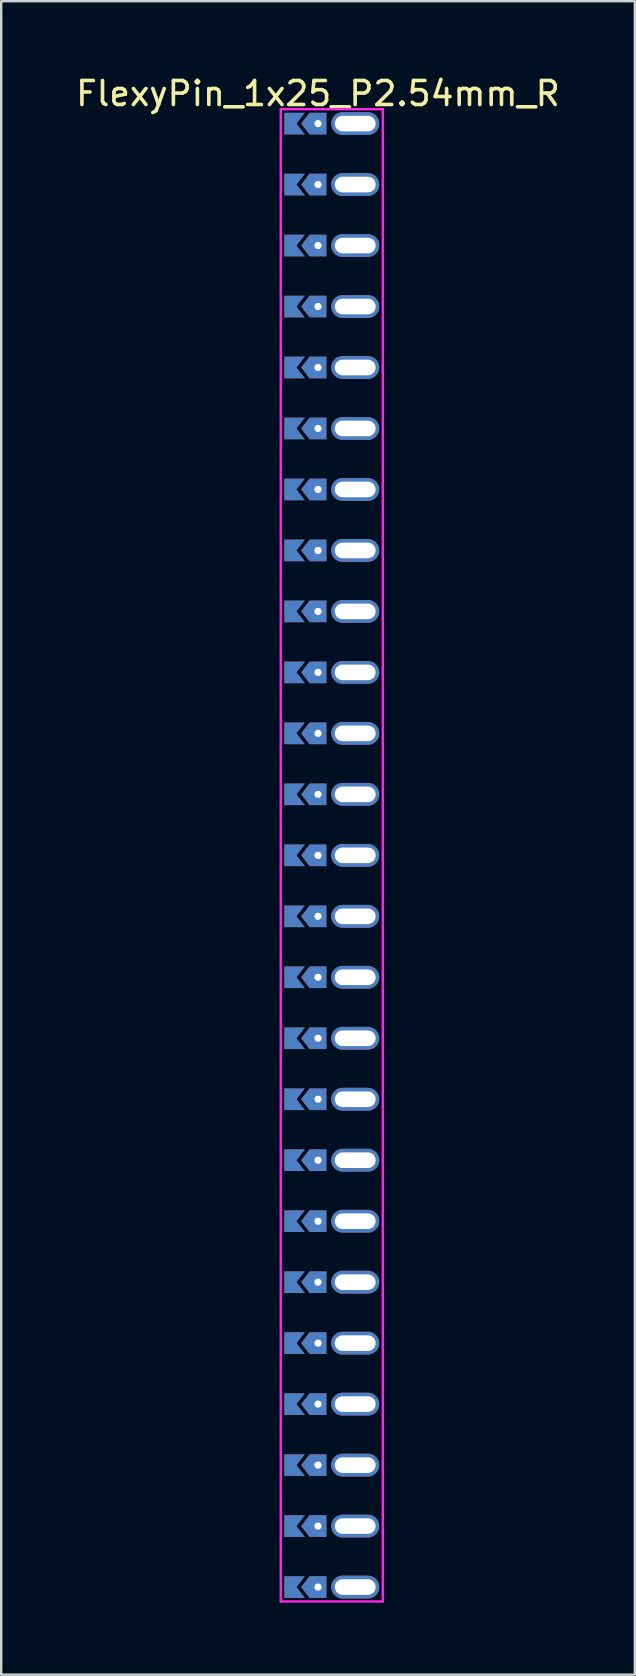
<source format=kicad_pcb>
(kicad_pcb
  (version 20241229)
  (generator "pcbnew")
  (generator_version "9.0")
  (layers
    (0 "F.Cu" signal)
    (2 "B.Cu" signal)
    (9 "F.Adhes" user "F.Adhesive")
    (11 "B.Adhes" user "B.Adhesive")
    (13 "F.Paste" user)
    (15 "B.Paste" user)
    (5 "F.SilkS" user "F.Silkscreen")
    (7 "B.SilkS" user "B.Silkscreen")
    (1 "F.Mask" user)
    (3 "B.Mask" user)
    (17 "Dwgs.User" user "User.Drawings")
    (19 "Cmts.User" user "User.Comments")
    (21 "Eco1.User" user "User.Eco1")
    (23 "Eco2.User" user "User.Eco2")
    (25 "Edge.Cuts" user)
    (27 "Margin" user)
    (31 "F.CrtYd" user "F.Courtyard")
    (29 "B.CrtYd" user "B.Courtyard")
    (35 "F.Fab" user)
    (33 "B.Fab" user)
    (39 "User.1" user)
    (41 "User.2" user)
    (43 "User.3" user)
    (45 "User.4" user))
  (footprint "FlexyPin_1x25_P2.54mm_R"
    (layer "F.Cu")
    (at 10.196 2.098)
    (property "Reference" "FlexyPin_1x25_P2.54mm_R" (at 0 -1.25 0) (layer "F.SilkS") (effects (font (size 1 1) (thickness 0.15))))
    (attr through_hole)
    (fp_line (start -1.55 -0.6) (end 2.7 -0.6) (stroke (width 0.1) (type solid)) (layer "F.CrtYd"))
    (fp_line (start -1.55 61.56) (end -1.55 -0.6) (stroke (width 0.1) (type solid)) (layer "F.CrtYd"))
    (fp_line (start 2.7 -0.6) (end 2.7 61.56) (stroke (width 0.1) (type solid)) (layer "F.CrtYd"))
    (fp_line (start 2.7 61.56) (end -1.55 61.56) (stroke (width 0.1) (type solid)) (layer "F.CrtYd"))
    (pad "" thru_hole custom (at 0 0) (size 0.3 0.3) (drill 0.6) (layers "*.Cu" "*.Mask") (options (anchor rect)) (primitives (gr_poly (pts (xy 0.35 0.45) (xy 0.35 -0.45) (xy -0.35 -0.45) (xy -0.7 0) (xy -0.35 0.45)) (width 0) (fill yes))))
    (pad "" thru_hole custom (at 0 2.54) (size 0.3 0.3) (drill 0.6) (layers "*.Cu" "*.Mask") (options (anchor rect)) (primitives (gr_poly (pts (xy 0.35 0.45) (xy 0.35 -0.45) (xy -0.35 -0.45) (xy -0.7 0) (xy -0.35 0.45)) (width 0) (fill yes))))
    (pad "" thru_hole custom (at 0 5.08) (size 0.3 0.3) (drill 0.6) (layers "*.Cu" "*.Mask") (options (anchor rect)) (primitives (gr_poly (pts (xy 0.35 0.45) (xy 0.35 -0.45) (xy -0.35 -0.45) (xy -0.7 0) (xy -0.35 0.45)) (width 0) (fill yes))))
    (pad "" thru_hole custom (at 0 7.62) (size 0.3 0.3) (drill 0.6) (layers "*.Cu" "*.Mask") (options (anchor rect)) (primitives (gr_poly (pts (xy 0.35 0.45) (xy 0.35 -0.45) (xy -0.35 -0.45) (xy -0.7 0) (xy -0.35 0.45)) (width 0) (fill yes))))
    (pad "" thru_hole custom (at 0 10.16) (size 0.3 0.3) (drill 0.6) (layers "*.Cu" "*.Mask") (options (anchor rect)) (primitives (gr_poly (pts (xy 0.35 0.45) (xy 0.35 -0.45) (xy -0.35 -0.45) (xy -0.7 0) (xy -0.35 0.45)) (width 0) (fill yes))))
    (pad "" thru_hole custom (at 0 12.7) (size 0.3 0.3) (drill 0.6) (layers "*.Cu" "*.Mask") (options (anchor rect)) (primitives (gr_poly (pts (xy 0.35 0.45) (xy 0.35 -0.45) (xy -0.35 -0.45) (xy -0.7 0) (xy -0.35 0.45)) (width 0) (fill yes))))
    (pad "" thru_hole custom (at 0 15.24) (size 0.3 0.3) (drill 0.6) (layers "*.Cu" "*.Mask") (options (anchor rect)) (primitives (gr_poly (pts (xy 0.35 0.45) (xy 0.35 -0.45) (xy -0.35 -0.45) (xy -0.7 0) (xy -0.35 0.45)) (width 0) (fill yes))))
    (pad "" thru_hole custom (at 0 17.78) (size 0.3 0.3) (drill 0.6) (layers "*.Cu" "*.Mask") (options (anchor rect)) (primitives (gr_poly (pts (xy 0.35 0.45) (xy 0.35 -0.45) (xy -0.35 -0.45) (xy -0.7 0) (xy -0.35 0.45)) (width 0) (fill yes))))
    (pad "" thru_hole custom (at 0 20.32) (size 0.3 0.3) (drill 0.6) (layers "*.Cu" "*.Mask") (options (anchor rect)) (primitives (gr_poly (pts (xy 0.35 0.45) (xy 0.35 -0.45) (xy -0.35 -0.45) (xy -0.7 0) (xy -0.35 0.45)) (width 0) (fill yes))))
    (pad "" thru_hole custom (at 0 22.86) (size 0.3 0.3) (drill 0.6) (layers "*.Cu" "*.Mask") (options (anchor rect)) (primitives (gr_poly (pts (xy 0.35 0.45) (xy 0.35 -0.45) (xy -0.35 -0.45) (xy -0.7 0) (xy -0.35 0.45)) (width 0) (fill yes))))
    (pad "" thru_hole custom (at 0 25.4) (size 0.3 0.3) (drill 0.6) (layers "*.Cu" "*.Mask") (options (anchor rect)) (primitives (gr_poly (pts (xy 0.35 0.45) (xy 0.35 -0.45) (xy -0.35 -0.45) (xy -0.7 0) (xy -0.35 0.45)) (width 0) (fill yes))))
    (pad "" thru_hole custom (at 0 27.94) (size 0.3 0.3) (drill 0.6) (layers "*.Cu" "*.Mask") (options (anchor rect)) (primitives (gr_poly (pts (xy 0.35 0.45) (xy 0.35 -0.45) (xy -0.35 -0.45) (xy -0.7 0) (xy -0.35 0.45)) (width 0) (fill yes))))
    (pad "" thru_hole custom (at 0 30.48) (size 0.3 0.3) (drill 0.6) (layers "*.Cu" "*.Mask") (options (anchor rect)) (primitives (gr_poly (pts (xy 0.35 0.45) (xy 0.35 -0.45) (xy -0.35 -0.45) (xy -0.7 0) (xy -0.35 0.45)) (width 0) (fill yes))))
    (pad "" thru_hole custom (at 0 33.02) (size 0.3 0.3) (drill 0.6) (layers "*.Cu" "*.Mask") (options (anchor rect)) (primitives (gr_poly (pts (xy 0.35 0.45) (xy 0.35 -0.45) (xy -0.35 -0.45) (xy -0.7 0) (xy -0.35 0.45)) (width 0) (fill yes))))
    (pad "" thru_hole custom (at 0 35.56) (size 0.3 0.3) (drill 0.6) (layers "*.Cu" "*.Mask") (options (anchor rect)) (primitives (gr_poly (pts (xy 0.35 0.45) (xy 0.35 -0.45) (xy -0.35 -0.45) (xy -0.7 0) (xy -0.35 0.45)) (width 0) (fill yes))))
    (pad "" thru_hole custom (at 0 38.1) (size 0.3 0.3) (drill 0.6) (layers "*.Cu" "*.Mask") (options (anchor rect)) (primitives (gr_poly (pts (xy 0.35 0.45) (xy 0.35 -0.45) (xy -0.35 -0.45) (xy -0.7 0) (xy -0.35 0.45)) (width 0) (fill yes))))
    (pad "" thru_hole custom (at 0 40.64) (size 0.3 0.3) (drill 0.6) (layers "*.Cu" "*.Mask") (options (anchor rect)) (primitives (gr_poly (pts (xy 0.35 0.45) (xy 0.35 -0.45) (xy -0.35 -0.45) (xy -0.7 0) (xy -0.35 0.45)) (width 0) (fill yes))))
    (pad "" thru_hole custom (at 0 43.18) (size 0.3 0.3) (drill 0.6) (layers "*.Cu" "*.Mask") (options (anchor rect)) (primitives (gr_poly (pts (xy 0.35 0.45) (xy 0.35 -0.45) (xy -0.35 -0.45) (xy -0.7 0) (xy -0.35 0.45)) (width 0) (fill yes))))
    (pad "" thru_hole custom (at 0 45.72) (size 0.3 0.3) (drill 0.6) (layers "*.Cu" "*.Mask") (options (anchor rect)) (primitives (gr_poly (pts (xy 0.35 0.45) (xy 0.35 -0.45) (xy -0.35 -0.45) (xy -0.7 0) (xy -0.35 0.45)) (width 0) (fill yes))))
    (pad "" thru_hole custom (at 0 48.26) (size 0.3 0.3) (drill 0.6) (layers "*.Cu" "*.Mask") (options (anchor rect)) (primitives (gr_poly (pts (xy 0.35 0.45) (xy 0.35 -0.45) (xy -0.35 -0.45) (xy -0.7 0) (xy -0.35 0.45)) (width 0) (fill yes))))
    (pad "" thru_hole custom (at 0 50.8) (size 0.3 0.3) (drill 0.6) (layers "*.Cu" "*.Mask") (options (anchor rect)) (primitives (gr_poly (pts (xy 0.35 0.45) (xy 0.35 -0.45) (xy -0.35 -0.45) (xy -0.7 0) (xy -0.35 0.45)) (width 0) (fill yes))))
    (pad "" thru_hole custom (at 0 53.34) (size 0.3 0.3) (drill 0.6) (layers "*.Cu" "*.Mask") (options (anchor rect)) (primitives (gr_poly (pts (xy 0.35 0.45) (xy 0.35 -0.45) (xy -0.35 -0.45) (xy -0.7 0) (xy -0.35 0.45)) (width 0) (fill yes))))
    (pad "" thru_hole custom (at 0 55.88) (size 0.3 0.3) (drill 0.6) (layers "*.Cu" "*.Mask") (options (anchor rect)) (primitives (gr_poly (pts (xy 0.35 0.45) (xy 0.35 -0.45) (xy -0.35 -0.45) (xy -0.7 0) (xy -0.35 0.45)) (width 0) (fill yes))))
    (pad "" thru_hole custom (at 0 58.42) (size 0.3 0.3) (drill 0.6) (layers "*.Cu" "*.Mask") (options (anchor rect)) (primitives (gr_poly (pts (xy 0.35 0.45) (xy 0.35 -0.45) (xy -0.35 -0.45) (xy -0.7 0) (xy -0.35 0.45)) (width 0) (fill yes))))
    (pad "" thru_hole custom (at 0 60.96) (size 0.3 0.3) (drill 0.6) (layers "*.Cu" "*.Mask") (options (anchor rect)) (primitives (gr_poly (pts (xy 0.35 0.45) (xy 0.35 -0.45) (xy -0.35 -0.45) (xy -0.7 0) (xy -0.35 0.45)) (width 0) (fill yes))))
    (pad "" thru_hole oval (at 1.55 0) (size 2 0.95) (drill oval 1.7 0.65) (layers "*.Cu" "*.Mask"))
    (pad "" thru_hole oval (at 1.55 2.54) (size 2 0.95) (drill oval 1.7 0.65) (layers "*.Cu" "*.Mask"))
    (pad "" thru_hole oval (at 1.55 5.08) (size 2 0.95) (drill oval 1.7 0.65) (layers "*.Cu" "*.Mask"))
    (pad "" thru_hole oval (at 1.55 7.62) (size 2 0.95) (drill oval 1.7 0.65) (layers "*.Cu" "*.Mask"))
    (pad "" thru_hole oval (at 1.55 10.16) (size 2 0.95) (drill oval 1.7 0.65) (layers "*.Cu" "*.Mask"))
    (pad "" thru_hole oval (at 1.55 12.7) (size 2 0.95) (drill oval 1.7 0.65) (layers "*.Cu" "*.Mask"))
    (pad "" thru_hole oval (at 1.55 15.24) (size 2 0.95) (drill oval 1.7 0.65) (layers "*.Cu" "*.Mask"))
    (pad "" thru_hole oval (at 1.55 17.78) (size 2 0.95) (drill oval 1.7 0.65) (layers "*.Cu" "*.Mask"))
    (pad "" thru_hole oval (at 1.55 20.32) (size 2 0.95) (drill oval 1.7 0.65) (layers "*.Cu" "*.Mask"))
    (pad "" thru_hole oval (at 1.55 22.86) (size 2 0.95) (drill oval 1.7 0.65) (layers "*.Cu" "*.Mask"))
    (pad "" thru_hole oval (at 1.55 25.4) (size 2 0.95) (drill oval 1.7 0.65) (layers "*.Cu" "*.Mask"))
    (pad "" thru_hole oval (at 1.55 27.94) (size 2 0.95) (drill oval 1.7 0.65) (layers "*.Cu" "*.Mask"))
    (pad "" thru_hole oval (at 1.55 30.48) (size 2 0.95) (drill oval 1.7 0.65) (layers "*.Cu" "*.Mask"))
    (pad "" thru_hole oval (at 1.55 33.02) (size 2 0.95) (drill oval 1.7 0.65) (layers "*.Cu" "*.Mask"))
    (pad "" thru_hole oval (at 1.55 35.56) (size 2 0.95) (drill oval 1.7 0.65) (layers "*.Cu" "*.Mask"))
    (pad "" thru_hole oval (at 1.55 38.1) (size 2 0.95) (drill oval 1.7 0.65) (layers "*.Cu" "*.Mask"))
    (pad "" thru_hole oval (at 1.55 40.64) (size 2 0.95) (drill oval 1.7 0.65) (layers "*.Cu" "*.Mask"))
    (pad "" thru_hole oval (at 1.55 43.18) (size 2 0.95) (drill oval 1.7 0.65) (layers "*.Cu" "*.Mask"))
    (pad "" thru_hole oval (at 1.55 45.72) (size 2 0.95) (drill oval 1.7 0.65) (layers "*.Cu" "*.Mask"))
    (pad "" thru_hole oval (at 1.55 48.26) (size 2 0.95) (drill oval 1.7 0.65) (layers "*.Cu" "*.Mask"))
    (pad "" thru_hole oval (at 1.55 50.8) (size 2 0.95) (drill oval 1.7 0.65) (layers "*.Cu" "*.Mask"))
    (pad "" thru_hole oval (at 1.55 53.34) (size 2 0.95) (drill oval 1.7 0.65) (layers "*.Cu" "*.Mask"))
    (pad "" thru_hole oval (at 1.55 55.88) (size 2 0.95) (drill oval 1.7 0.65) (layers "*.Cu" "*.Mask"))
    (pad "" thru_hole oval (at 1.55 58.42) (size 2 0.95) (drill oval 1.7 0.65) (layers "*.Cu" "*.Mask"))
    (pad "" thru_hole oval (at 1.55 60.96) (size 2 0.95) (drill oval 1.7 0.65) (layers "*.Cu" "*.Mask"))
    (pad "1" smd custom (at -0.9 0) (size 0.01 0.01) (layers "F.Cu" "F.Mask") (options (anchor rect)) (primitives (gr_poly (pts (xy 0 0) (xy 0.35 0.45) (xy -0.5 0.45) (xy -0.5 -0.45) (xy 0.35 -0.45)) (width 0) (fill yes))))
    (pad "2" smd custom (at -0.9 2.54) (size 0.01 0.01) (layers "F.Cu" "F.Mask") (options (anchor rect)) (primitives (gr_poly (pts (xy 0 0) (xy 0.35 0.45) (xy -0.5 0.45) (xy -0.5 -0.45) (xy 0.35 -0.45)) (width 0) (fill yes))))
    (pad "3" smd custom (at -0.9 5.08) (size 0.01 0.01) (layers "F.Cu" "F.Mask") (options (anchor rect)) (primitives (gr_poly (pts (xy 0 0) (xy 0.35 0.45) (xy -0.5 0.45) (xy -0.5 -0.45) (xy 0.35 -0.45)) (width 0) (fill yes))))
    (pad "4" smd custom (at -0.9 7.62) (size 0.01 0.01) (layers "F.Cu" "F.Mask") (options (anchor rect)) (primitives (gr_poly (pts (xy 0 0) (xy 0.35 0.45) (xy -0.5 0.45) (xy -0.5 -0.45) (xy 0.35 -0.45)) (width 0) (fill yes))))
    (pad "5" smd custom (at -0.9 10.16) (size 0.01 0.01) (layers "F.Cu" "F.Mask") (options (anchor rect)) (primitives (gr_poly (pts (xy 0 0) (xy 0.35 0.45) (xy -0.5 0.45) (xy -0.5 -0.45) (xy 0.35 -0.45)) (width 0) (fill yes))))
    (pad "6" smd custom (at -0.9 12.7) (size 0.01 0.01) (layers "F.Cu" "F.Mask") (options (anchor rect)) (primitives (gr_poly (pts (xy 0 0) (xy 0.35 0.45) (xy -0.5 0.45) (xy -0.5 -0.45) (xy 0.35 -0.45)) (width 0) (fill yes))))
    (pad "7" smd custom (at -0.9 15.24) (size 0.01 0.01) (layers "F.Cu" "F.Mask") (options (anchor rect)) (primitives (gr_poly (pts (xy 0 0) (xy 0.35 0.45) (xy -0.5 0.45) (xy -0.5 -0.45) (xy 0.35 -0.45)) (width 0) (fill yes))))
    (pad "8" smd custom (at -0.9 17.78) (size 0.01 0.01) (layers "F.Cu" "F.Mask") (options (anchor rect)) (primitives (gr_poly (pts (xy 0 0) (xy 0.35 0.45) (xy -0.5 0.45) (xy -0.5 -0.45) (xy 0.35 -0.45)) (width 0) (fill yes))))
    (pad "9" smd custom (at -0.9 20.32) (size 0.01 0.01) (layers "F.Cu" "F.Mask") (options (anchor rect)) (primitives (gr_poly (pts (xy 0 0) (xy 0.35 0.45) (xy -0.5 0.45) (xy -0.5 -0.45) (xy 0.35 -0.45)) (width 0) (fill yes))))
    (pad "10" smd custom (at -0.9 22.86) (size 0.01 0.01) (layers "F.Cu" "F.Mask") (options (anchor rect)) (primitives (gr_poly (pts (xy 0 0) (xy 0.35 0.45) (xy -0.5 0.45) (xy -0.5 -0.45) (xy 0.35 -0.45)) (width 0) (fill yes))))
    (pad "11" smd custom (at -0.9 25.4) (size 0.01 0.01) (layers "F.Cu" "F.Mask") (options (anchor rect)) (primitives (gr_poly (pts (xy 0 0) (xy 0.35 0.45) (xy -0.5 0.45) (xy -0.5 -0.45) (xy 0.35 -0.45)) (width 0) (fill yes))))
    (pad "12" smd custom (at -0.9 27.94) (size 0.01 0.01) (layers "F.Cu" "F.Mask") (options (anchor rect)) (primitives (gr_poly (pts (xy 0 0) (xy 0.35 0.45) (xy -0.5 0.45) (xy -0.5 -0.45) (xy 0.35 -0.45)) (width 0) (fill yes))))
    (pad "13" smd custom (at -0.9 30.48) (size 0.01 0.01) (layers "F.Cu" "F.Mask") (options (anchor rect)) (primitives (gr_poly (pts (xy 0 0) (xy 0.35 0.45) (xy -0.5 0.45) (xy -0.5 -0.45) (xy 0.35 -0.45)) (width 0) (fill yes))))
    (pad "14" smd custom (at -0.9 33.02) (size 0.01 0.01) (layers "F.Cu" "F.Mask") (options (anchor rect)) (primitives (gr_poly (pts (xy 0 0) (xy 0.35 0.45) (xy -0.5 0.45) (xy -0.5 -0.45) (xy 0.35 -0.45)) (width 0) (fill yes))))
    (pad "15" smd custom (at -0.9 35.56) (size 0.01 0.01) (layers "F.Cu" "F.Mask") (options (anchor rect)) (primitives (gr_poly (pts (xy 0 0) (xy 0.35 0.45) (xy -0.5 0.45) (xy -0.5 -0.45) (xy 0.35 -0.45)) (width 0) (fill yes))))
    (pad "16" smd custom (at -0.9 38.1) (size 0.01 0.01) (layers "F.Cu" "F.Mask") (options (anchor rect)) (primitives (gr_poly (pts (xy 0 0) (xy 0.35 0.45) (xy -0.5 0.45) (xy -0.5 -0.45) (xy 0.35 -0.45)) (width 0) (fill yes))))
    (pad "17" smd custom (at -0.9 40.64) (size 0.01 0.01) (layers "F.Cu" "F.Mask") (options (anchor rect)) (primitives (gr_poly (pts (xy 0 0) (xy 0.35 0.45) (xy -0.5 0.45) (xy -0.5 -0.45) (xy 0.35 -0.45)) (width 0) (fill yes))))
    (pad "18" smd custom (at -0.9 43.18) (size 0.01 0.01) (layers "F.Cu" "F.Mask") (options (anchor rect)) (primitives (gr_poly (pts (xy 0 0) (xy 0.35 0.45) (xy -0.5 0.45) (xy -0.5 -0.45) (xy 0.35 -0.45)) (width 0) (fill yes))))
    (pad "19" smd custom (at -0.9 45.72) (size 0.01 0.01) (layers "F.Cu" "F.Mask") (options (anchor rect)) (primitives (gr_poly (pts (xy 0 0) (xy 0.35 0.45) (xy -0.5 0.45) (xy -0.5 -0.45) (xy 0.35 -0.45)) (width 0) (fill yes))))
    (pad "20" smd custom (at -0.9 48.26) (size 0.01 0.01) (layers "F.Cu" "F.Mask") (options (anchor rect)) (primitives (gr_poly (pts (xy 0 0) (xy 0.35 0.45) (xy -0.5 0.45) (xy -0.5 -0.45) (xy 0.35 -0.45)) (width 0) (fill yes))))
    (pad "21" smd custom (at -0.9 50.8) (size 0.01 0.01) (layers "F.Cu" "F.Mask") (options (anchor rect)) (primitives (gr_poly (pts (xy 0 0) (xy 0.35 0.45) (xy -0.5 0.45) (xy -0.5 -0.45) (xy 0.35 -0.45)) (width 0) (fill yes))))
    (pad "22" smd custom (at -0.9 53.34) (size 0.01 0.01) (layers "F.Cu" "F.Mask") (options (anchor rect)) (primitives (gr_poly (pts (xy 0 0) (xy 0.35 0.45) (xy -0.5 0.45) (xy -0.5 -0.45) (xy 0.35 -0.45)) (width 0) (fill yes))))
    (pad "23" smd custom (at -0.9 55.88) (size 0.01 0.01) (layers "F.Cu" "F.Mask") (options (anchor rect)) (primitives (gr_poly (pts (xy 0 0) (xy 0.35 0.45) (xy -0.5 0.45) (xy -0.5 -0.45) (xy 0.35 -0.45)) (width 0) (fill yes))))
    (pad "24" smd custom (at -0.9 58.42) (size 0.01 0.01) (layers "F.Cu" "F.Mask") (options (anchor rect)) (primitives (gr_poly (pts (xy 0 0) (xy 0.35 0.45) (xy -0.5 0.45) (xy -0.5 -0.45) (xy 0.35 -0.45)) (width 0) (fill yes))))
    (pad "25" smd custom (at -0.9 60.96) (size 0.01 0.01) (layers "F.Cu" "F.Mask") (options (anchor rect)) (primitives (gr_poly (pts (xy 0 0) (xy 0.35 0.45) (xy -0.5 0.45) (xy -0.5 -0.45) (xy 0.35 -0.45)) (width 0) (fill yes))))
    (pad "26" smd custom (at -0.9 0) (size 0.01 0.01) (layers "B.Cu" "B.Mask") (options (anchor rect)) (primitives (gr_poly (pts (xy 0 0) (xy 0.35 0.45) (xy -0.5 0.45) (xy -0.5 -0.45) (xy 0.35 -0.45)) (width 0) (fill yes))))
    (pad "27" smd custom (at -0.9 2.54) (size 0.01 0.01) (layers "B.Cu" "B.Mask") (options (anchor rect)) (primitives (gr_poly (pts (xy 0 0) (xy 0.35 0.45) (xy -0.5 0.45) (xy -0.5 -0.45) (xy 0.35 -0.45)) (width 0) (fill yes))))
    (pad "28" smd custom (at -0.9 5.08) (size 0.01 0.01) (layers "B.Cu" "B.Mask") (options (anchor rect)) (primitives (gr_poly (pts (xy 0 0) (xy 0.35 0.45) (xy -0.5 0.45) (xy -0.5 -0.45) (xy 0.35 -0.45)) (width 0) (fill yes))))
    (pad "29" smd custom (at -0.9 7.62) (size 0.01 0.01) (layers "B.Cu" "B.Mask") (options (anchor rect)) (primitives (gr_poly (pts (xy 0 0) (xy 0.35 0.45) (xy -0.5 0.45) (xy -0.5 -0.45) (xy 0.35 -0.45)) (width 0) (fill yes))))
    (pad "30" smd custom (at -0.9 10.16) (size 0.01 0.01) (layers "B.Cu" "B.Mask") (options (anchor rect)) (primitives (gr_poly (pts (xy 0 0) (xy 0.35 0.45) (xy -0.5 0.45) (xy -0.5 -0.45) (xy 0.35 -0.45)) (width 0) (fill yes))))
    (pad "31" smd custom (at -0.9 12.7) (size 0.01 0.01) (layers "B.Cu" "B.Mask") (options (anchor rect)) (primitives (gr_poly (pts (xy 0 0) (xy 0.35 0.45) (xy -0.5 0.45) (xy -0.5 -0.45) (xy 0.35 -0.45)) (width 0) (fill yes))))
    (pad "32" smd custom (at -0.9 15.24) (size 0.01 0.01) (layers "B.Cu" "B.Mask") (options (anchor rect)) (primitives (gr_poly (pts (xy 0 0) (xy 0.35 0.45) (xy -0.5 0.45) (xy -0.5 -0.45) (xy 0.35 -0.45)) (width 0) (fill yes))))
    (pad "33" smd custom (at -0.9 17.78) (size 0.01 0.01) (layers "B.Cu" "B.Mask") (options (anchor rect)) (primitives (gr_poly (pts (xy 0 0) (xy 0.35 0.45) (xy -0.5 0.45) (xy -0.5 -0.45) (xy 0.35 -0.45)) (width 0) (fill yes))))
    (pad "34" smd custom (at -0.9 20.32) (size 0.01 0.01) (layers "B.Cu" "B.Mask") (options (anchor rect)) (primitives (gr_poly (pts (xy 0 0) (xy 0.35 0.45) (xy -0.5 0.45) (xy -0.5 -0.45) (xy 0.35 -0.45)) (width 0) (fill yes))))
    (pad "35" smd custom (at -0.9 22.86) (size 0.01 0.01) (layers "B.Cu" "B.Mask") (options (anchor rect)) (primitives (gr_poly (pts (xy 0 0) (xy 0.35 0.45) (xy -0.5 0.45) (xy -0.5 -0.45) (xy 0.35 -0.45)) (width 0) (fill yes))))
    (pad "36" smd custom (at -0.9 25.4) (size 0.01 0.01) (layers "B.Cu" "B.Mask") (options (anchor rect)) (primitives (gr_poly (pts (xy 0 0) (xy 0.35 0.45) (xy -0.5 0.45) (xy -0.5 -0.45) (xy 0.35 -0.45)) (width 0) (fill yes))))
    (pad "37" smd custom (at -0.9 27.94) (size 0.01 0.01) (layers "B.Cu" "B.Mask") (options (anchor rect)) (primitives (gr_poly (pts (xy 0 0) (xy 0.35 0.45) (xy -0.5 0.45) (xy -0.5 -0.45) (xy 0.35 -0.45)) (width 0) (fill yes))))
    (pad "38" smd custom (at -0.9 30.48) (size 0.01 0.01) (layers "B.Cu" "B.Mask") (options (anchor rect)) (primitives (gr_poly (pts (xy 0 0) (xy 0.35 0.45) (xy -0.5 0.45) (xy -0.5 -0.45) (xy 0.35 -0.45)) (width 0) (fill yes))))
    (pad "39" smd custom (at -0.9 33.02) (size 0.01 0.01) (layers "B.Cu" "B.Mask") (options (anchor rect)) (primitives (gr_poly (pts (xy 0 0) (xy 0.35 0.45) (xy -0.5 0.45) (xy -0.5 -0.45) (xy 0.35 -0.45)) (width 0) (fill yes))))
    (pad "40" smd custom (at -0.9 35.56) (size 0.01 0.01) (layers "B.Cu" "B.Mask") (options (anchor rect)) (primitives (gr_poly (pts (xy 0 0) (xy 0.35 0.45) (xy -0.5 0.45) (xy -0.5 -0.45) (xy 0.35 -0.45)) (width 0) (fill yes))))
    (pad "41" smd custom (at -0.9 38.1) (size 0.01 0.01) (layers "B.Cu" "B.Mask") (options (anchor rect)) (primitives (gr_poly (pts (xy 0 0) (xy 0.35 0.45) (xy -0.5 0.45) (xy -0.5 -0.45) (xy 0.35 -0.45)) (width 0) (fill yes))))
    (pad "42" smd custom (at -0.9 40.64) (size 0.01 0.01) (layers "B.Cu" "B.Mask") (options (anchor rect)) (primitives (gr_poly (pts (xy 0 0) (xy 0.35 0.45) (xy -0.5 0.45) (xy -0.5 -0.45) (xy 0.35 -0.45)) (width 0) (fill yes))))
    (pad "43" smd custom (at -0.9 43.18) (size 0.01 0.01) (layers "B.Cu" "B.Mask") (options (anchor rect)) (primitives (gr_poly (pts (xy 0 0) (xy 0.35 0.45) (xy -0.5 0.45) (xy -0.5 -0.45) (xy 0.35 -0.45)) (width 0) (fill yes))))
    (pad "44" smd custom (at -0.9 45.72) (size 0.01 0.01) (layers "B.Cu" "B.Mask") (options (anchor rect)) (primitives (gr_poly (pts (xy 0 0) (xy 0.35 0.45) (xy -0.5 0.45) (xy -0.5 -0.45) (xy 0.35 -0.45)) (width 0) (fill yes))))
    (pad "45" smd custom (at -0.9 48.26) (size 0.01 0.01) (layers "B.Cu" "B.Mask") (options (anchor rect)) (primitives (gr_poly (pts (xy 0 0) (xy 0.35 0.45) (xy -0.5 0.45) (xy -0.5 -0.45) (xy 0.35 -0.45)) (width 0) (fill yes))))
    (pad "46" smd custom (at -0.9 50.8) (size 0.01 0.01) (layers "B.Cu" "B.Mask") (options (anchor rect)) (primitives (gr_poly (pts (xy 0 0) (xy 0.35 0.45) (xy -0.5 0.45) (xy -0.5 -0.45) (xy 0.35 -0.45)) (width 0) (fill yes))))
    (pad "47" smd custom (at -0.9 53.34) (size 0.01 0.01) (layers "B.Cu" "B.Mask") (options (anchor rect)) (primitives (gr_poly (pts (xy 0 0) (xy 0.35 0.45) (xy -0.5 0.45) (xy -0.5 -0.45) (xy 0.35 -0.45)) (width 0) (fill yes))))
    (pad "48" smd custom (at -0.9 55.88) (size 0.01 0.01) (layers "B.Cu" "B.Mask") (options (anchor rect)) (primitives (gr_poly (pts (xy 0 0) (xy 0.35 0.45) (xy -0.5 0.45) (xy -0.5 -0.45) (xy 0.35 -0.45)) (width 0) (fill yes))))
    (pad "49" smd custom (at -0.9 58.42) (size 0.01 0.01) (layers "B.Cu" "B.Mask") (options (anchor rect)) (primitives (gr_poly (pts (xy 0 0) (xy 0.35 0.45) (xy -0.5 0.45) (xy -0.5 -0.45) (xy 0.35 -0.45)) (width 0) (fill yes))))
    (pad "50" smd custom (at -0.9 60.96) (size 0.01 0.01) (layers "B.Cu" "B.Mask") (options (anchor rect)) (primitives (gr_poly (pts (xy 0 0) (xy 0.35 0.45) (xy -0.5 0.45) (xy -0.5 -0.45) (xy 0.35 -0.45)) (width 0) (fill yes)))))
  (gr_rect
    (start -3 -3)
    (end 23.393 66.708)
    (stroke (width 0.1) (type default))
    (fill no)
    (layer "Edge.Cuts")))
</source>
